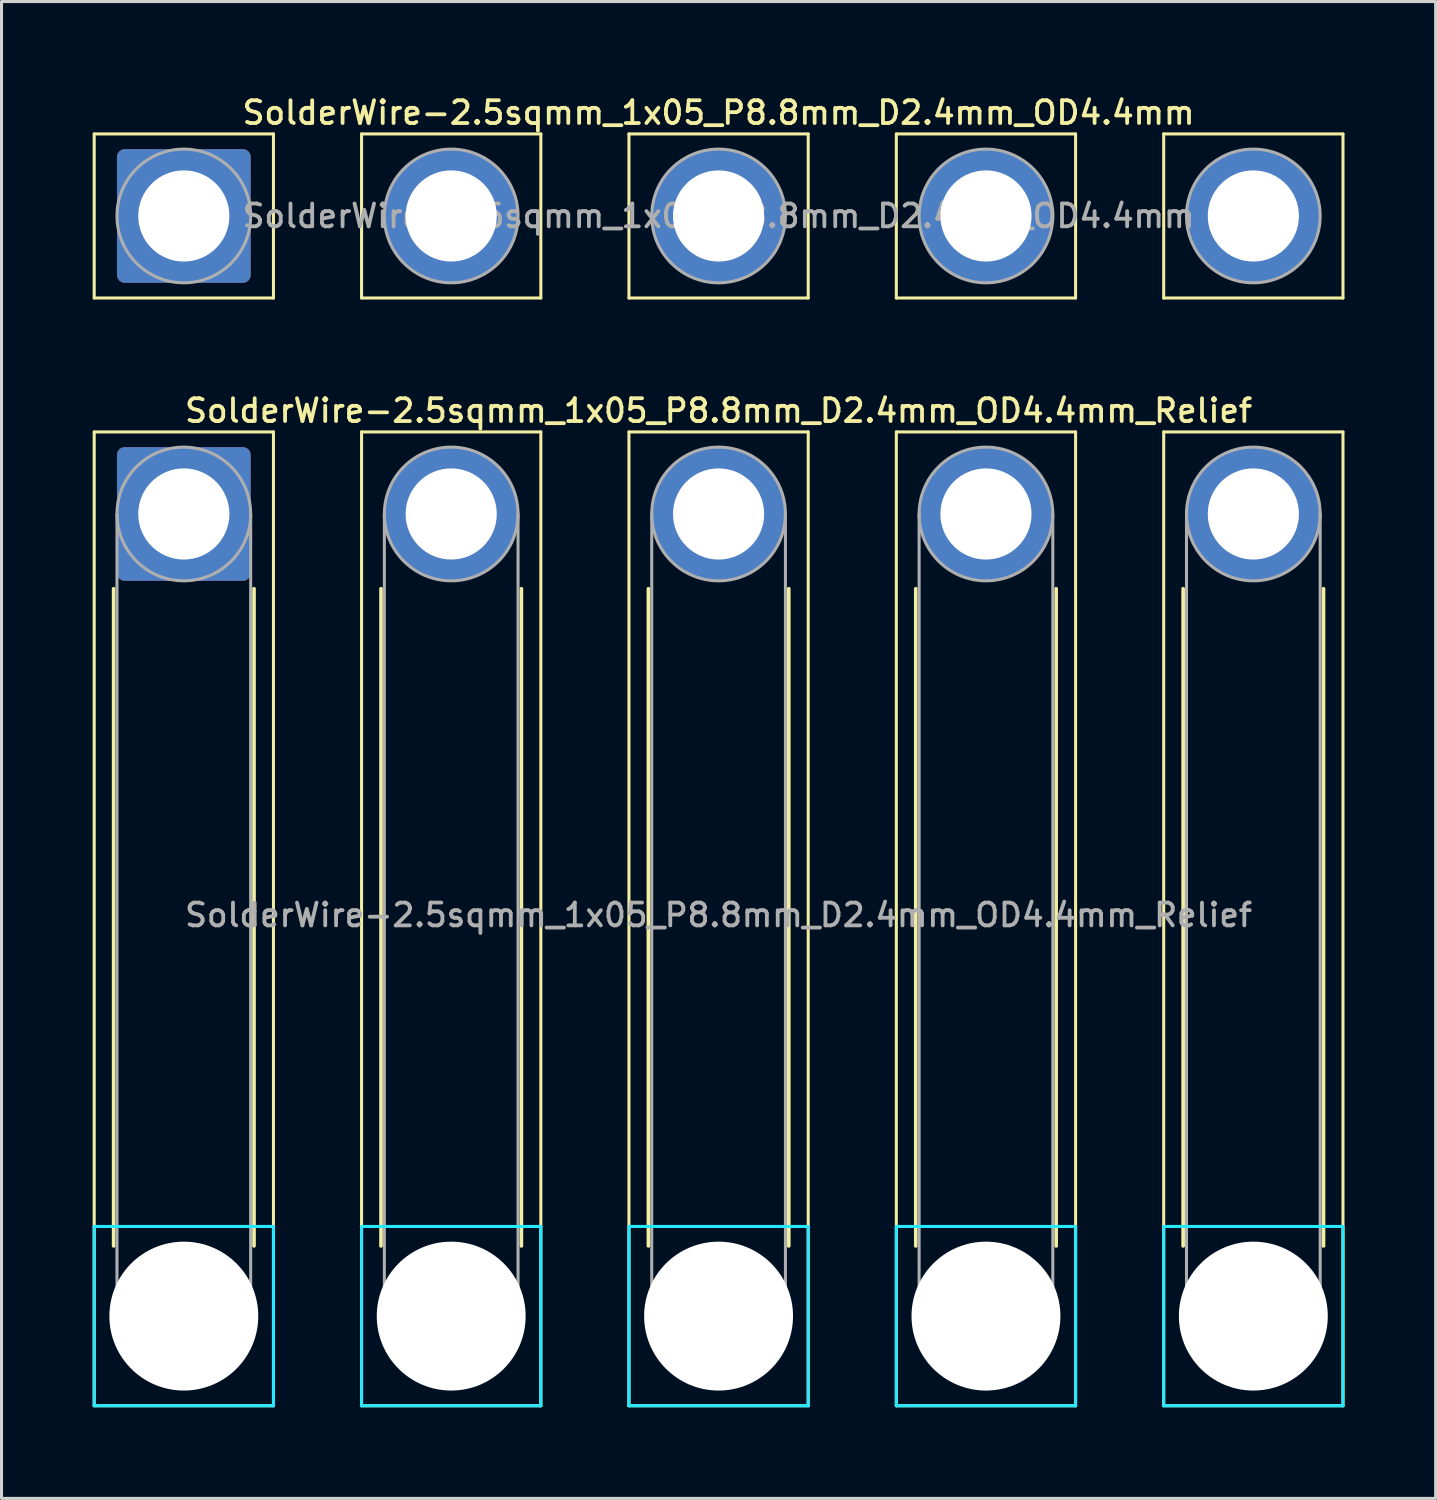
<source format=kicad_pcb>
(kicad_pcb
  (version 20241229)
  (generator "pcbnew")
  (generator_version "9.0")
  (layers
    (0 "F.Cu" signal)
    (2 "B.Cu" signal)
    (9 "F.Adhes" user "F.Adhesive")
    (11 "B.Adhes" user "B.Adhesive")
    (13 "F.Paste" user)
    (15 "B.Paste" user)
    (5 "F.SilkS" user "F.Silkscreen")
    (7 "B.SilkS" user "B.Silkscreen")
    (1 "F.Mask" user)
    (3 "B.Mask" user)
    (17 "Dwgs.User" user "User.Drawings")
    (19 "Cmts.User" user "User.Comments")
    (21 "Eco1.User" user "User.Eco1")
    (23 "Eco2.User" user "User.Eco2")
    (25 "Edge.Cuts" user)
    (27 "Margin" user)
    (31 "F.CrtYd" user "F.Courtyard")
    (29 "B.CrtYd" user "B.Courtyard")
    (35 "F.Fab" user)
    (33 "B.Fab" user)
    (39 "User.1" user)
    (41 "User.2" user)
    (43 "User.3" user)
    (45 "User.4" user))
  (footprint "SolderWire-2.5sqmm_1x05_P8.8mm_D2.4mm_OD4.4mm_Relief"
    (layer "F.Cu")
    (at 3 13.866)
    (property "Reference" "SolderWire-2.5sqmm_1x05_P8.8mm_D2.4mm_OD4.4mm_Relief" (at 17.6 -3.4 0) (layer "F.SilkS") (effects (font (size 0.75 0.75) (thickness 0.125))))
    (attr exclude_from_pos_files exclude_from_bom)
    (fp_line (start -2.95 -2.7) (end -2.95 29.35) (stroke (width 0.1) (type solid)) (layer "F.SilkS"))
    (fp_line (start -2.95 29.35) (end 2.95 29.35) (stroke (width 0.1) (type solid)) (layer "F.SilkS"))
    (fp_line (start -2.31 2.46) (end -2.31 24.09) (stroke (width 0.12) (type solid)) (layer "F.SilkS"))
    (fp_line (start 2.31 2.46) (end 2.31 24.09) (stroke (width 0.12) (type solid)) (layer "F.SilkS"))
    (fp_line (start 2.95 -2.7) (end -2.95 -2.7) (stroke (width 0.1) (type solid)) (layer "F.SilkS"))
    (fp_line (start 2.95 29.35) (end 2.95 -2.7) (stroke (width 0.1) (type solid)) (layer "F.SilkS"))
    (fp_line (start 5.85 -2.7) (end 5.85 29.35) (stroke (width 0.1) (type solid)) (layer "F.SilkS"))
    (fp_line (start 5.85 29.35) (end 11.75 29.35) (stroke (width 0.1) (type solid)) (layer "F.SilkS"))
    (fp_line (start 6.49 2.46) (end 6.49 24.09) (stroke (width 0.12) (type solid)) (layer "F.SilkS"))
    (fp_line (start 11.11 2.46) (end 11.11 24.09) (stroke (width 0.12) (type solid)) (layer "F.SilkS"))
    (fp_line (start 11.75 -2.7) (end 5.85 -2.7) (stroke (width 0.1) (type solid)) (layer "F.SilkS"))
    (fp_line (start 11.75 29.35) (end 11.75 -2.7) (stroke (width 0.1) (type solid)) (layer "F.SilkS"))
    (fp_line (start 14.65 -2.7) (end 14.65 29.35) (stroke (width 0.1) (type solid)) (layer "F.SilkS"))
    (fp_line (start 14.65 29.35) (end 20.55 29.35) (stroke (width 0.1) (type solid)) (layer "F.SilkS"))
    (fp_line (start 15.29 2.46) (end 15.29 24.09) (stroke (width 0.12) (type solid)) (layer "F.SilkS"))
    (fp_line (start 19.91 2.46) (end 19.91 24.09) (stroke (width 0.12) (type solid)) (layer "F.SilkS"))
    (fp_line (start 20.55 -2.7) (end 14.65 -2.7) (stroke (width 0.1) (type solid)) (layer "F.SilkS"))
    (fp_line (start 20.55 29.35) (end 20.55 -2.7) (stroke (width 0.1) (type solid)) (layer "F.SilkS"))
    (fp_line (start 23.45 -2.7) (end 23.45 29.35) (stroke (width 0.1) (type solid)) (layer "F.SilkS"))
    (fp_line (start 23.45 29.35) (end 29.35 29.35) (stroke (width 0.1) (type solid)) (layer "F.SilkS"))
    (fp_line (start 24.09 2.46) (end 24.09 24.09) (stroke (width 0.12) (type solid)) (layer "F.SilkS"))
    (fp_line (start 28.71 2.46) (end 28.71 24.09) (stroke (width 0.12) (type solid)) (layer "F.SilkS"))
    (fp_line (start 29.35 -2.7) (end 23.45 -2.7) (stroke (width 0.1) (type solid)) (layer "F.SilkS"))
    (fp_line (start 29.35 29.35) (end 29.35 -2.7) (stroke (width 0.1) (type solid)) (layer "F.SilkS"))
    (fp_line (start 32.25 -2.7) (end 32.25 29.35) (stroke (width 0.1) (type solid)) (layer "F.SilkS"))
    (fp_line (start 32.25 29.35) (end 38.15 29.35) (stroke (width 0.1) (type solid)) (layer "F.SilkS"))
    (fp_line (start 32.89 2.46) (end 32.89 24.09) (stroke (width 0.12) (type solid)) (layer "F.SilkS"))
    (fp_line (start 37.51 2.46) (end 37.51 24.09) (stroke (width 0.12) (type solid)) (layer "F.SilkS"))
    (fp_line (start 38.15 -2.7) (end 32.25 -2.7) (stroke (width 0.1) (type solid)) (layer "F.SilkS"))
    (fp_line (start 38.15 29.35) (end 38.15 -2.7) (stroke (width 0.1) (type solid)) (layer "F.SilkS"))
    (fp_line (start -2.95 23.45) (end -2.95 29.35) (stroke (width 0.1) (type solid)) (layer "B.CrtYd"))
    (fp_line (start -2.95 29.35) (end 2.95 29.35) (stroke (width 0.1) (type solid)) (layer "B.CrtYd"))
    (fp_line (start 2.95 23.45) (end -2.95 23.45) (stroke (width 0.1) (type solid)) (layer "B.CrtYd"))
    (fp_line (start 2.95 29.35) (end 2.95 23.45) (stroke (width 0.1) (type solid)) (layer "B.CrtYd"))
    (fp_line (start 5.85 23.45) (end 5.85 29.35) (stroke (width 0.1) (type solid)) (layer "B.CrtYd"))
    (fp_line (start 5.85 29.35) (end 11.75 29.35) (stroke (width 0.1) (type solid)) (layer "B.CrtYd"))
    (fp_line (start 11.75 23.45) (end 5.85 23.45) (stroke (width 0.1) (type solid)) (layer "B.CrtYd"))
    (fp_line (start 11.75 29.35) (end 11.75 23.45) (stroke (width 0.1) (type solid)) (layer "B.CrtYd"))
    (fp_line (start 14.65 23.45) (end 14.65 29.35) (stroke (width 0.1) (type solid)) (layer "B.CrtYd"))
    (fp_line (start 14.65 29.35) (end 20.55 29.35) (stroke (width 0.1) (type solid)) (layer "B.CrtYd"))
    (fp_line (start 20.55 23.45) (end 14.65 23.45) (stroke (width 0.1) (type solid)) (layer "B.CrtYd"))
    (fp_line (start 20.55 29.35) (end 20.55 23.45) (stroke (width 0.1) (type solid)) (layer "B.CrtYd"))
    (fp_line (start 23.45 23.45) (end 23.45 29.35) (stroke (width 0.1) (type solid)) (layer "B.CrtYd"))
    (fp_line (start 23.45 29.35) (end 29.35 29.35) (stroke (width 0.1) (type solid)) (layer "B.CrtYd"))
    (fp_line (start 29.35 23.45) (end 23.45 23.45) (stroke (width 0.1) (type solid)) (layer "B.CrtYd"))
    (fp_line (start 29.35 29.35) (end 29.35 23.45) (stroke (width 0.1) (type solid)) (layer "B.CrtYd"))
    (fp_line (start 32.25 23.45) (end 32.25 29.35) (stroke (width 0.1) (type solid)) (layer "B.CrtYd"))
    (fp_line (start 32.25 29.35) (end 38.15 29.35) (stroke (width 0.1) (type solid)) (layer "B.CrtYd"))
    (fp_line (start 38.15 23.45) (end 32.25 23.45) (stroke (width 0.1) (type solid)) (layer "B.CrtYd"))
    (fp_line (start 38.15 29.35) (end 38.15 23.45) (stroke (width 0.1) (type solid)) (layer "B.CrtYd"))
    (fp_line (start -2.2 0) (end -2.2 26.4) (stroke (width 0.1) (type solid)) (layer "F.Fab"))
    (fp_line (start 2.2 0) (end 2.2 26.4) (stroke (width 0.1) (type solid)) (layer "F.Fab"))
    (fp_line (start 6.6 0) (end 6.6 26.4) (stroke (width 0.1) (type solid)) (layer "F.Fab"))
    (fp_line (start 11 0) (end 11 26.4) (stroke (width 0.1) (type solid)) (layer "F.Fab"))
    (fp_line (start 15.4 0) (end 15.4 26.4) (stroke (width 0.1) (type solid)) (layer "F.Fab"))
    (fp_line (start 19.8 0) (end 19.8 26.4) (stroke (width 0.1) (type solid)) (layer "F.Fab"))
    (fp_line (start 24.2 0) (end 24.2 26.4) (stroke (width 0.1) (type solid)) (layer "F.Fab"))
    (fp_line (start 28.6 0) (end 28.6 26.4) (stroke (width 0.1) (type solid)) (layer "F.Fab"))
    (fp_line (start 33 0) (end 33 26.4) (stroke (width 0.1) (type solid)) (layer "F.Fab"))
    (fp_line (start 37.4 0) (end 37.4 26.4) (stroke (width 0.1) (type solid)) (layer "F.Fab"))
    (fp_circle (center 0 0) (end 2.2 0) (stroke (width 0.1) (type solid)) (fill no) (layer "F.Fab"))
    (fp_circle (center 0 26.4) (end 2.2 26.4) (stroke (width 0.1) (type solid)) (fill no) (layer "F.Fab"))
    (fp_circle (center 8.8 0) (end 11 0) (stroke (width 0.1) (type solid)) (fill no) (layer "F.Fab"))
    (fp_circle (center 8.8 26.4) (end 11 26.4) (stroke (width 0.1) (type solid)) (fill no) (layer "F.Fab"))
    (fp_circle (center 17.6 0) (end 19.8 0) (stroke (width 0.1) (type solid)) (fill no) (layer "F.Fab"))
    (fp_circle (center 17.6 26.4) (end 19.8 26.4) (stroke (width 0.1) (type solid)) (fill no) (layer "F.Fab"))
    (fp_circle (center 26.4 0) (end 28.6 0) (stroke (width 0.1) (type solid)) (fill no) (layer "F.Fab"))
    (fp_circle (center 26.4 26.4) (end 28.6 26.4) (stroke (width 0.1) (type solid)) (fill no) (layer "F.Fab"))
    (fp_circle (center 35.2 0) (end 37.4 0) (stroke (width 0.1) (type solid)) (fill no) (layer "F.Fab"))
    (fp_circle (center 35.2 26.4) (end 37.4 26.4) (stroke (width 0.1) (type solid)) (fill no) (layer "F.Fab"))
    (fp_text user "${REFERENCE}" (at 17.6 13.2 0) (layer "F.Fab") (effects (font (size 0.75 0.75) (thickness 0.125))))
    (pad "" np_thru_hole circle (at 0 26.4) (size 4.9 4.9) (drill 4.9) (layers "*.Cu" "*.Mask"))
    (pad "" np_thru_hole circle (at 8.8 26.4) (size 4.9 4.9) (drill 4.9) (layers "*.Cu" "*.Mask"))
    (pad "" np_thru_hole circle (at 17.6 26.4) (size 4.9 4.9) (drill 4.9) (layers "*.Cu" "*.Mask"))
    (pad "" np_thru_hole circle (at 26.4 26.4) (size 4.9 4.9) (drill 4.9) (layers "*.Cu" "*.Mask"))
    (pad "" np_thru_hole circle (at 35.2 26.4) (size 4.9 4.9) (drill 4.9) (layers "*.Cu" "*.Mask"))
    (pad "1" thru_hole roundrect (at 0 0) (size 4.4 4.4) (drill 3) (layers "*.Cu" "*.Mask") (roundrect_rratio 0.057))
    (pad "2" thru_hole circle (at 8.8 0) (size 4.4 4.4) (drill 3) (layers "*.Cu" "*.Mask"))
    (pad "3" thru_hole circle (at 17.6 0) (size 4.4 4.4) (drill 3) (layers "*.Cu" "*.Mask"))
    (pad "4" thru_hole circle (at 26.4 0) (size 4.4 4.4) (drill 3) (layers "*.Cu" "*.Mask"))
    (pad "5" thru_hole circle (at 35.2 0) (size 4.4 4.4) (drill 3) (layers "*.Cu" "*.Mask")))
  (footprint "SolderWire-2.5sqmm_1x05_P8.8mm_D2.4mm_OD4.4mm"
    (layer "F.Cu")
    (at 3 4.058)
    (property "Reference" "SolderWire-2.5sqmm_1x05_P8.8mm_D2.4mm_OD4.4mm" (at 17.6 -3.4 0) (layer "F.SilkS") (effects (font (size 0.75 0.75) (thickness 0.125))))
    (attr exclude_from_pos_files exclude_from_bom)
    (fp_line (start -2.95 -2.7) (end -2.95 2.7) (stroke (width 0.1) (type solid)) (layer "F.SilkS"))
    (fp_line (start -2.95 2.7) (end 2.95 2.7) (stroke (width 0.1) (type solid)) (layer "F.SilkS"))
    (fp_line (start 2.95 -2.7) (end -2.95 -2.7) (stroke (width 0.1) (type solid)) (layer "F.SilkS"))
    (fp_line (start 2.95 2.7) (end 2.95 -2.7) (stroke (width 0.1) (type solid)) (layer "F.SilkS"))
    (fp_line (start 5.85 -2.7) (end 5.85 2.7) (stroke (width 0.1) (type solid)) (layer "F.SilkS"))
    (fp_line (start 5.85 2.7) (end 11.75 2.7) (stroke (width 0.1) (type solid)) (layer "F.SilkS"))
    (fp_line (start 11.75 -2.7) (end 5.85 -2.7) (stroke (width 0.1) (type solid)) (layer "F.SilkS"))
    (fp_line (start 11.75 2.7) (end 11.75 -2.7) (stroke (width 0.1) (type solid)) (layer "F.SilkS"))
    (fp_line (start 14.65 -2.7) (end 14.65 2.7) (stroke (width 0.1) (type solid)) (layer "F.SilkS"))
    (fp_line (start 14.65 2.7) (end 20.55 2.7) (stroke (width 0.1) (type solid)) (layer "F.SilkS"))
    (fp_line (start 20.55 -2.7) (end 14.65 -2.7) (stroke (width 0.1) (type solid)) (layer "F.SilkS"))
    (fp_line (start 20.55 2.7) (end 20.55 -2.7) (stroke (width 0.1) (type solid)) (layer "F.SilkS"))
    (fp_line (start 23.45 -2.7) (end 23.45 2.7) (stroke (width 0.1) (type solid)) (layer "F.SilkS"))
    (fp_line (start 23.45 2.7) (end 29.35 2.7) (stroke (width 0.1) (type solid)) (layer "F.SilkS"))
    (fp_line (start 29.35 -2.7) (end 23.45 -2.7) (stroke (width 0.1) (type solid)) (layer "F.SilkS"))
    (fp_line (start 29.35 2.7) (end 29.35 -2.7) (stroke (width 0.1) (type solid)) (layer "F.SilkS"))
    (fp_line (start 32.25 -2.7) (end 32.25 2.7) (stroke (width 0.1) (type solid)) (layer "F.SilkS"))
    (fp_line (start 32.25 2.7) (end 38.15 2.7) (stroke (width 0.1) (type solid)) (layer "F.SilkS"))
    (fp_line (start 38.15 -2.7) (end 32.25 -2.7) (stroke (width 0.1) (type solid)) (layer "F.SilkS"))
    (fp_line (start 38.15 2.7) (end 38.15 -2.7) (stroke (width 0.1) (type solid)) (layer "F.SilkS"))
    (fp_circle (center 0 0) (end 2.2 0) (stroke (width 0.1) (type solid)) (fill no) (layer "F.Fab"))
    (fp_circle (center 8.8 0) (end 11 0) (stroke (width 0.1) (type solid)) (fill no) (layer "F.Fab"))
    (fp_circle (center 17.6 0) (end 19.8 0) (stroke (width 0.1) (type solid)) (fill no) (layer "F.Fab"))
    (fp_circle (center 26.4 0) (end 28.6 0) (stroke (width 0.1) (type solid)) (fill no) (layer "F.Fab"))
    (fp_circle (center 35.2 0) (end 37.4 0) (stroke (width 0.1) (type solid)) (fill no) (layer "F.Fab"))
    (fp_text user "${REFERENCE}" (at 17.6 0 0) (layer "F.Fab") (effects (font (size 0.75 0.75) (thickness 0.125))))
    (pad "1" thru_hole roundrect (at 0 0) (size 4.4 4.4) (drill 3) (layers "*.Cu" "*.Mask") (roundrect_rratio 0.057))
    (pad "2" thru_hole circle (at 8.8 0) (size 4.4 4.4) (drill 3) (layers "*.Cu" "*.Mask"))
    (pad "3" thru_hole circle (at 17.6 0) (size 4.4 4.4) (drill 3) (layers "*.Cu" "*.Mask"))
    (pad "4" thru_hole circle (at 26.4 0) (size 4.4 4.4) (drill 3) (layers "*.Cu" "*.Mask"))
    (pad "5" thru_hole circle (at 35.2 0) (size 4.4 4.4) (drill 3) (layers "*.Cu" "*.Mask")))
  (gr_rect
    (start -3 -3)
    (end 44.2 46.266)
    (stroke (width 0.1) (type default))
    (fill no)
    (layer "Edge.Cuts")))
</source>
